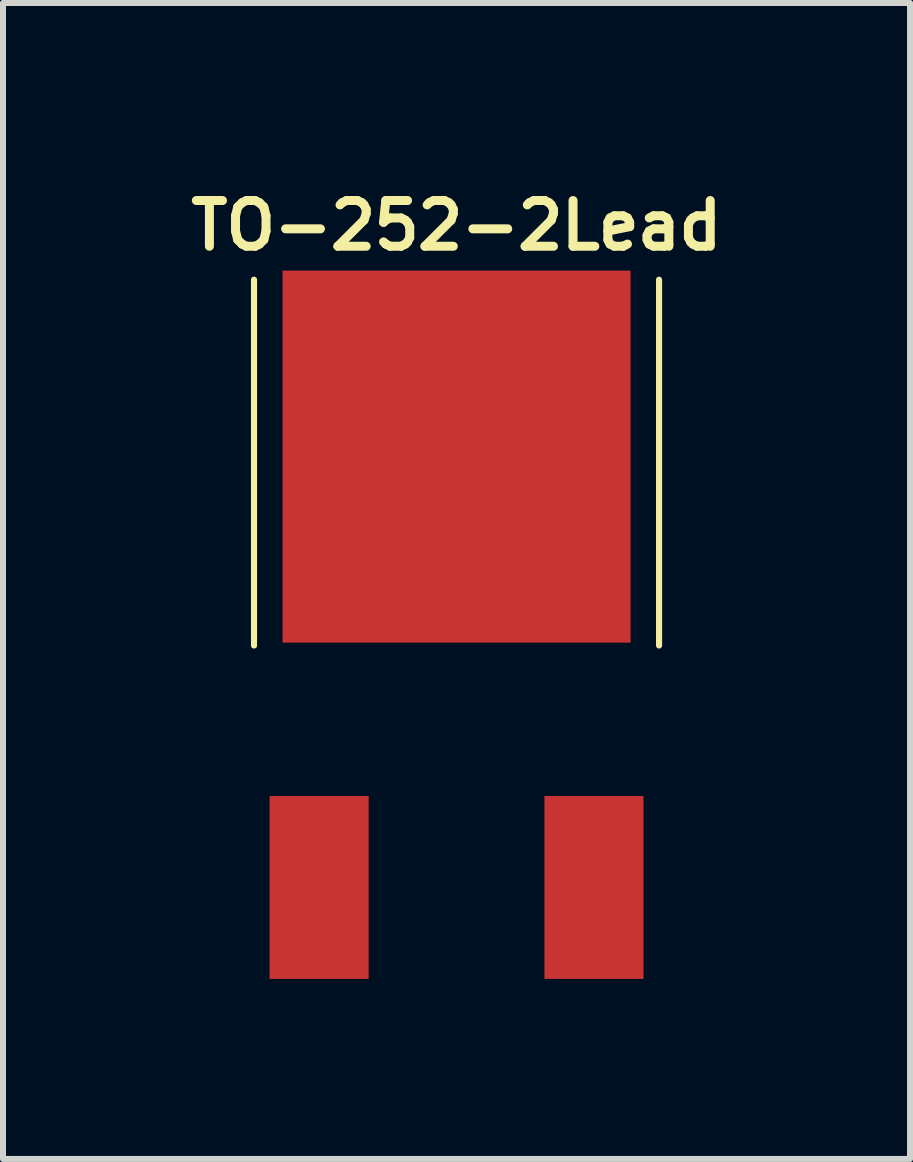
<source format=kicad_pcb>
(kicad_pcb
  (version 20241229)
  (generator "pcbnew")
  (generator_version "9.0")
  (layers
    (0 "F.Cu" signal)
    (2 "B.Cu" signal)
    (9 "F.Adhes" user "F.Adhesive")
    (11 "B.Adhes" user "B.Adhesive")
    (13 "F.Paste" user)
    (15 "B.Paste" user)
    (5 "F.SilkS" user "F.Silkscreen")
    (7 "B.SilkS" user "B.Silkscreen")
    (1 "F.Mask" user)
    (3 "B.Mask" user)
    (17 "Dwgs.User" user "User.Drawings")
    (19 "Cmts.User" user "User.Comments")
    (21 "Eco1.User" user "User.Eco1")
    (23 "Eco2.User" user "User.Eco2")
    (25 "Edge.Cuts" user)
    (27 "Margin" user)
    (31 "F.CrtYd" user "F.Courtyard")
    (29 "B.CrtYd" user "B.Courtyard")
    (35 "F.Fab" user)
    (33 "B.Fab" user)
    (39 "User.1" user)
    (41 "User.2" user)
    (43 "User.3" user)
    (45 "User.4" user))
  (footprint "TO-252-2Lead"
    (layer "F.Cu")
    (at 4.558 4.659)
    (property "Reference" "TO-252-2Lead" (at 0 -3.95 0) (layer "F.SilkS") (effects (font (size 0.762 0.762) (thickness 0.15))))
    (attr smd)
    (fp_line (start -3.375 -3.048) (end -3.375 3.048) (stroke (width 0.102) (type solid)) (layer "F.SilkS"))
    (fp_line (start 3.375 -3.048) (end 3.375 3.048) (stroke (width 0.102) (type solid)) (layer "F.SilkS"))
    (pad "1" smd rect (at -2.29 7.08) (size 1.651 3.048) (layers "F.Cu" "F.Mask" "F.Paste"))
    (pad "2" smd rect (at 0 -0.1) (size 5.8 6.2) (layers "F.Cu" "F.Mask" "F.Paste"))
    (pad "3" smd rect (at 2.29 7.08) (size 1.651 3.048) (layers "F.Cu" "F.Mask" "F.Paste")))
  (gr_rect
    (start -3 -3)
    (end 12.115 16.263)
    (stroke (width 0.1) (type default))
    (fill no)
    (layer "Edge.Cuts")))
</source>
